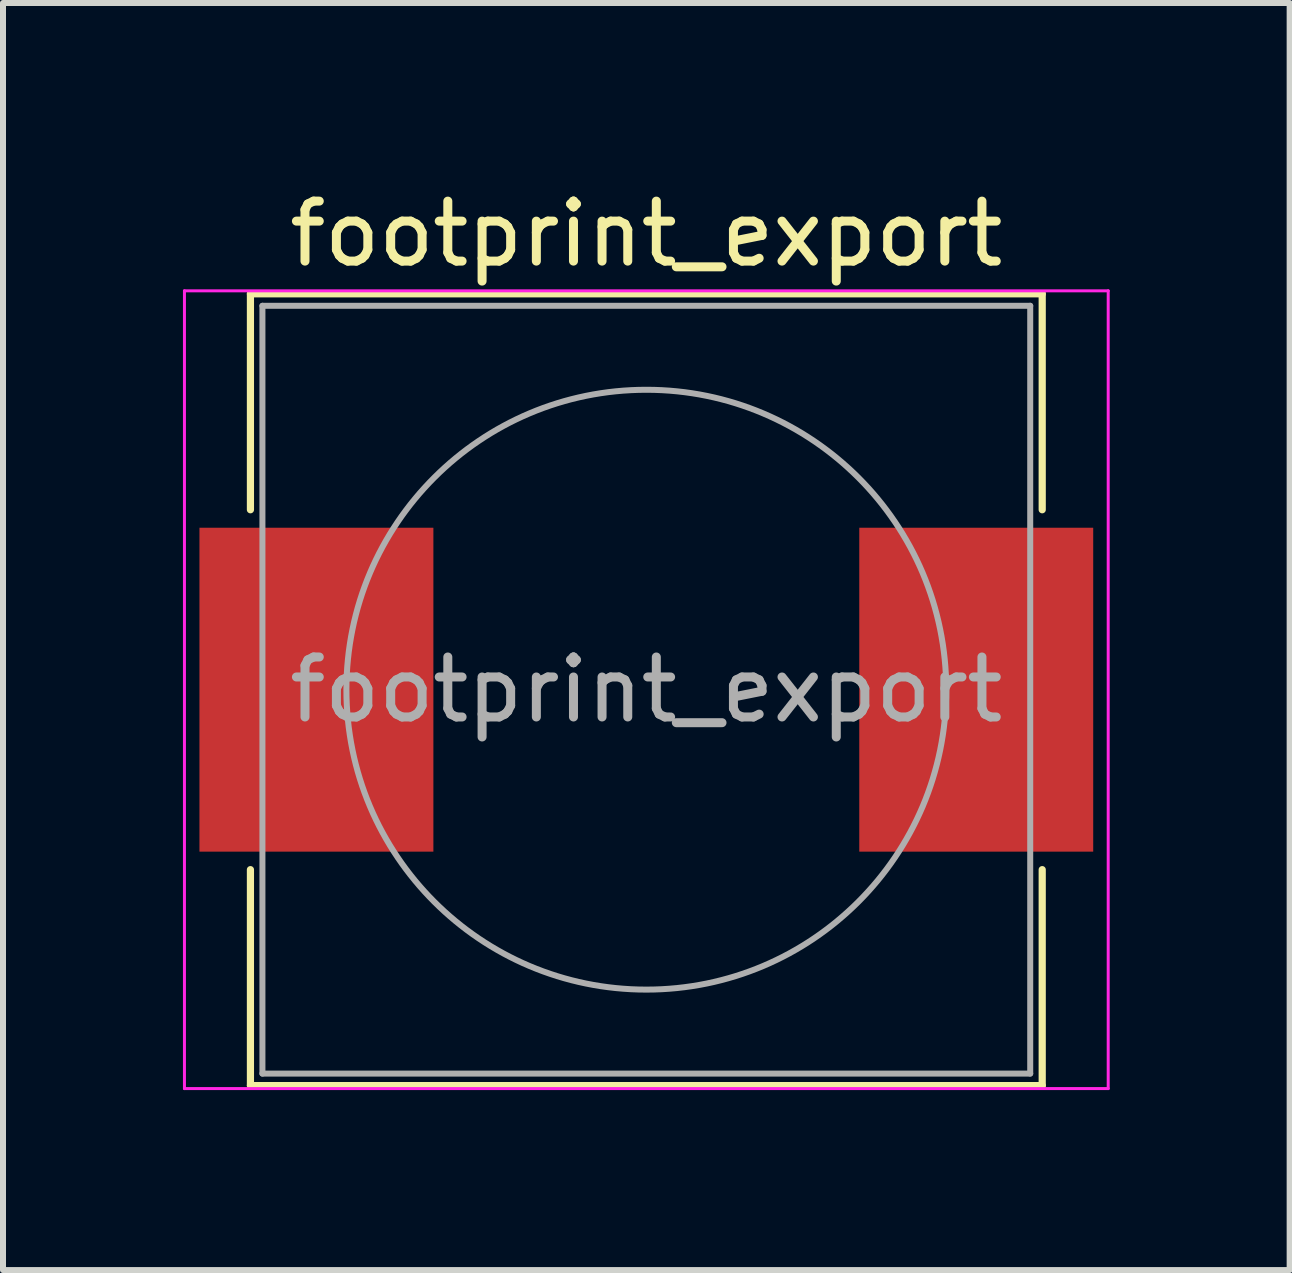
<source format=kicad_pcb>
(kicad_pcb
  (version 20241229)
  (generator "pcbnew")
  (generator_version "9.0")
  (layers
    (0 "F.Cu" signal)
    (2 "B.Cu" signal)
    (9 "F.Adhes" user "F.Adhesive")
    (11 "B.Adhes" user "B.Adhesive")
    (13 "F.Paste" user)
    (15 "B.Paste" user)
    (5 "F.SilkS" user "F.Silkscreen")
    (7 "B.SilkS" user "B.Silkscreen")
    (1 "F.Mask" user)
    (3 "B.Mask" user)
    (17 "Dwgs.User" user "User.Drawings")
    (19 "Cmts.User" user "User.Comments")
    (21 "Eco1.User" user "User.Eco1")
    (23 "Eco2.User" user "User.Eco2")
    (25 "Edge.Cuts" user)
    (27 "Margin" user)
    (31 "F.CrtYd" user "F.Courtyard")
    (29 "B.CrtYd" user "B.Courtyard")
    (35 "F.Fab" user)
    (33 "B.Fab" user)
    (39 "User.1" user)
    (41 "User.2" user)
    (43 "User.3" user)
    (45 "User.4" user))
  (footprint "footprint_export"
    (layer "F.Cu")
    (at 7.725 8.448)
    (property "Reference" "footprint_export" (at 0 -7.6 0) (layer "F.SilkS") (effects (font (size 1 1) (thickness 0.15))))
    (attr smd)
    (fp_line (start -6.6 -6.6) (end 6.6 -6.6) (stroke (width 0.12) (type solid)) (layer "F.SilkS"))
    (fp_line (start -6.6 -3) (end -6.6 -6.6) (stroke (width 0.12) (type solid)) (layer "F.SilkS"))
    (fp_line (start -6.6 6.6) (end -6.6 3) (stroke (width 0.12) (type solid)) (layer "F.SilkS"))
    (fp_line (start 6.6 -6.6) (end 6.6 -3) (stroke (width 0.12) (type solid)) (layer "F.SilkS"))
    (fp_line (start 6.6 3) (end 6.6 6.6) (stroke (width 0.12) (type solid)) (layer "F.SilkS"))
    (fp_line (start 6.6 6.6) (end -6.6 6.6) (stroke (width 0.12) (type solid)) (layer "F.SilkS"))
    (fp_line (start -7.7 -6.65) (end -7.7 6.65) (stroke (width 0.05) (type solid)) (layer "F.CrtYd"))
    (fp_line (start -7.7 -6.65) (end 7.7 -6.65) (stroke (width 0.05) (type solid)) (layer "F.CrtYd"))
    (fp_line (start 7.7 6.65) (end -7.7 6.65) (stroke (width 0.05) (type solid)) (layer "F.CrtYd"))
    (fp_line (start 7.7 6.65) (end 7.7 -6.65) (stroke (width 0.05) (type solid)) (layer "F.CrtYd"))
    (fp_line (start -6.4 -6.4) (end 6.4 -6.4) (stroke (width 0.1) (type solid)) (layer "F.Fab"))
    (fp_line (start -6.4 6.4) (end -6.4 -6.4) (stroke (width 0.1) (type solid)) (layer "F.Fab"))
    (fp_line (start 6.4 -6.4) (end 6.4 6.4) (stroke (width 0.1) (type solid)) (layer "F.Fab"))
    (fp_line (start 6.4 6.4) (end -6.4 6.4) (stroke (width 0.1) (type solid)) (layer "F.Fab"))
    (fp_circle (center 0 0) (end 5 0) (stroke (width 0.1) (type solid)) (fill no) (layer "F.Fab"))
    (fp_text user "${REFERENCE}" (at 0 0 0) (layer "F.Fab") (effects (font (size 1 1) (thickness 0.15))))
    (pad "1" smd rect (at -5.5 0) (size 3.9 5.4) (layers "F.Cu" "F.Mask" "F.Paste"))
    (pad "2" smd rect (at 5.5 0) (size 3.9 5.4) (layers "F.Cu" "F.Mask" "F.Paste")))
  (gr_rect
    (start -3 -3)
    (end 18.45 18.123)
    (stroke (width 0.1) (type default))
    (fill no)
    (layer "Edge.Cuts")))
</source>
